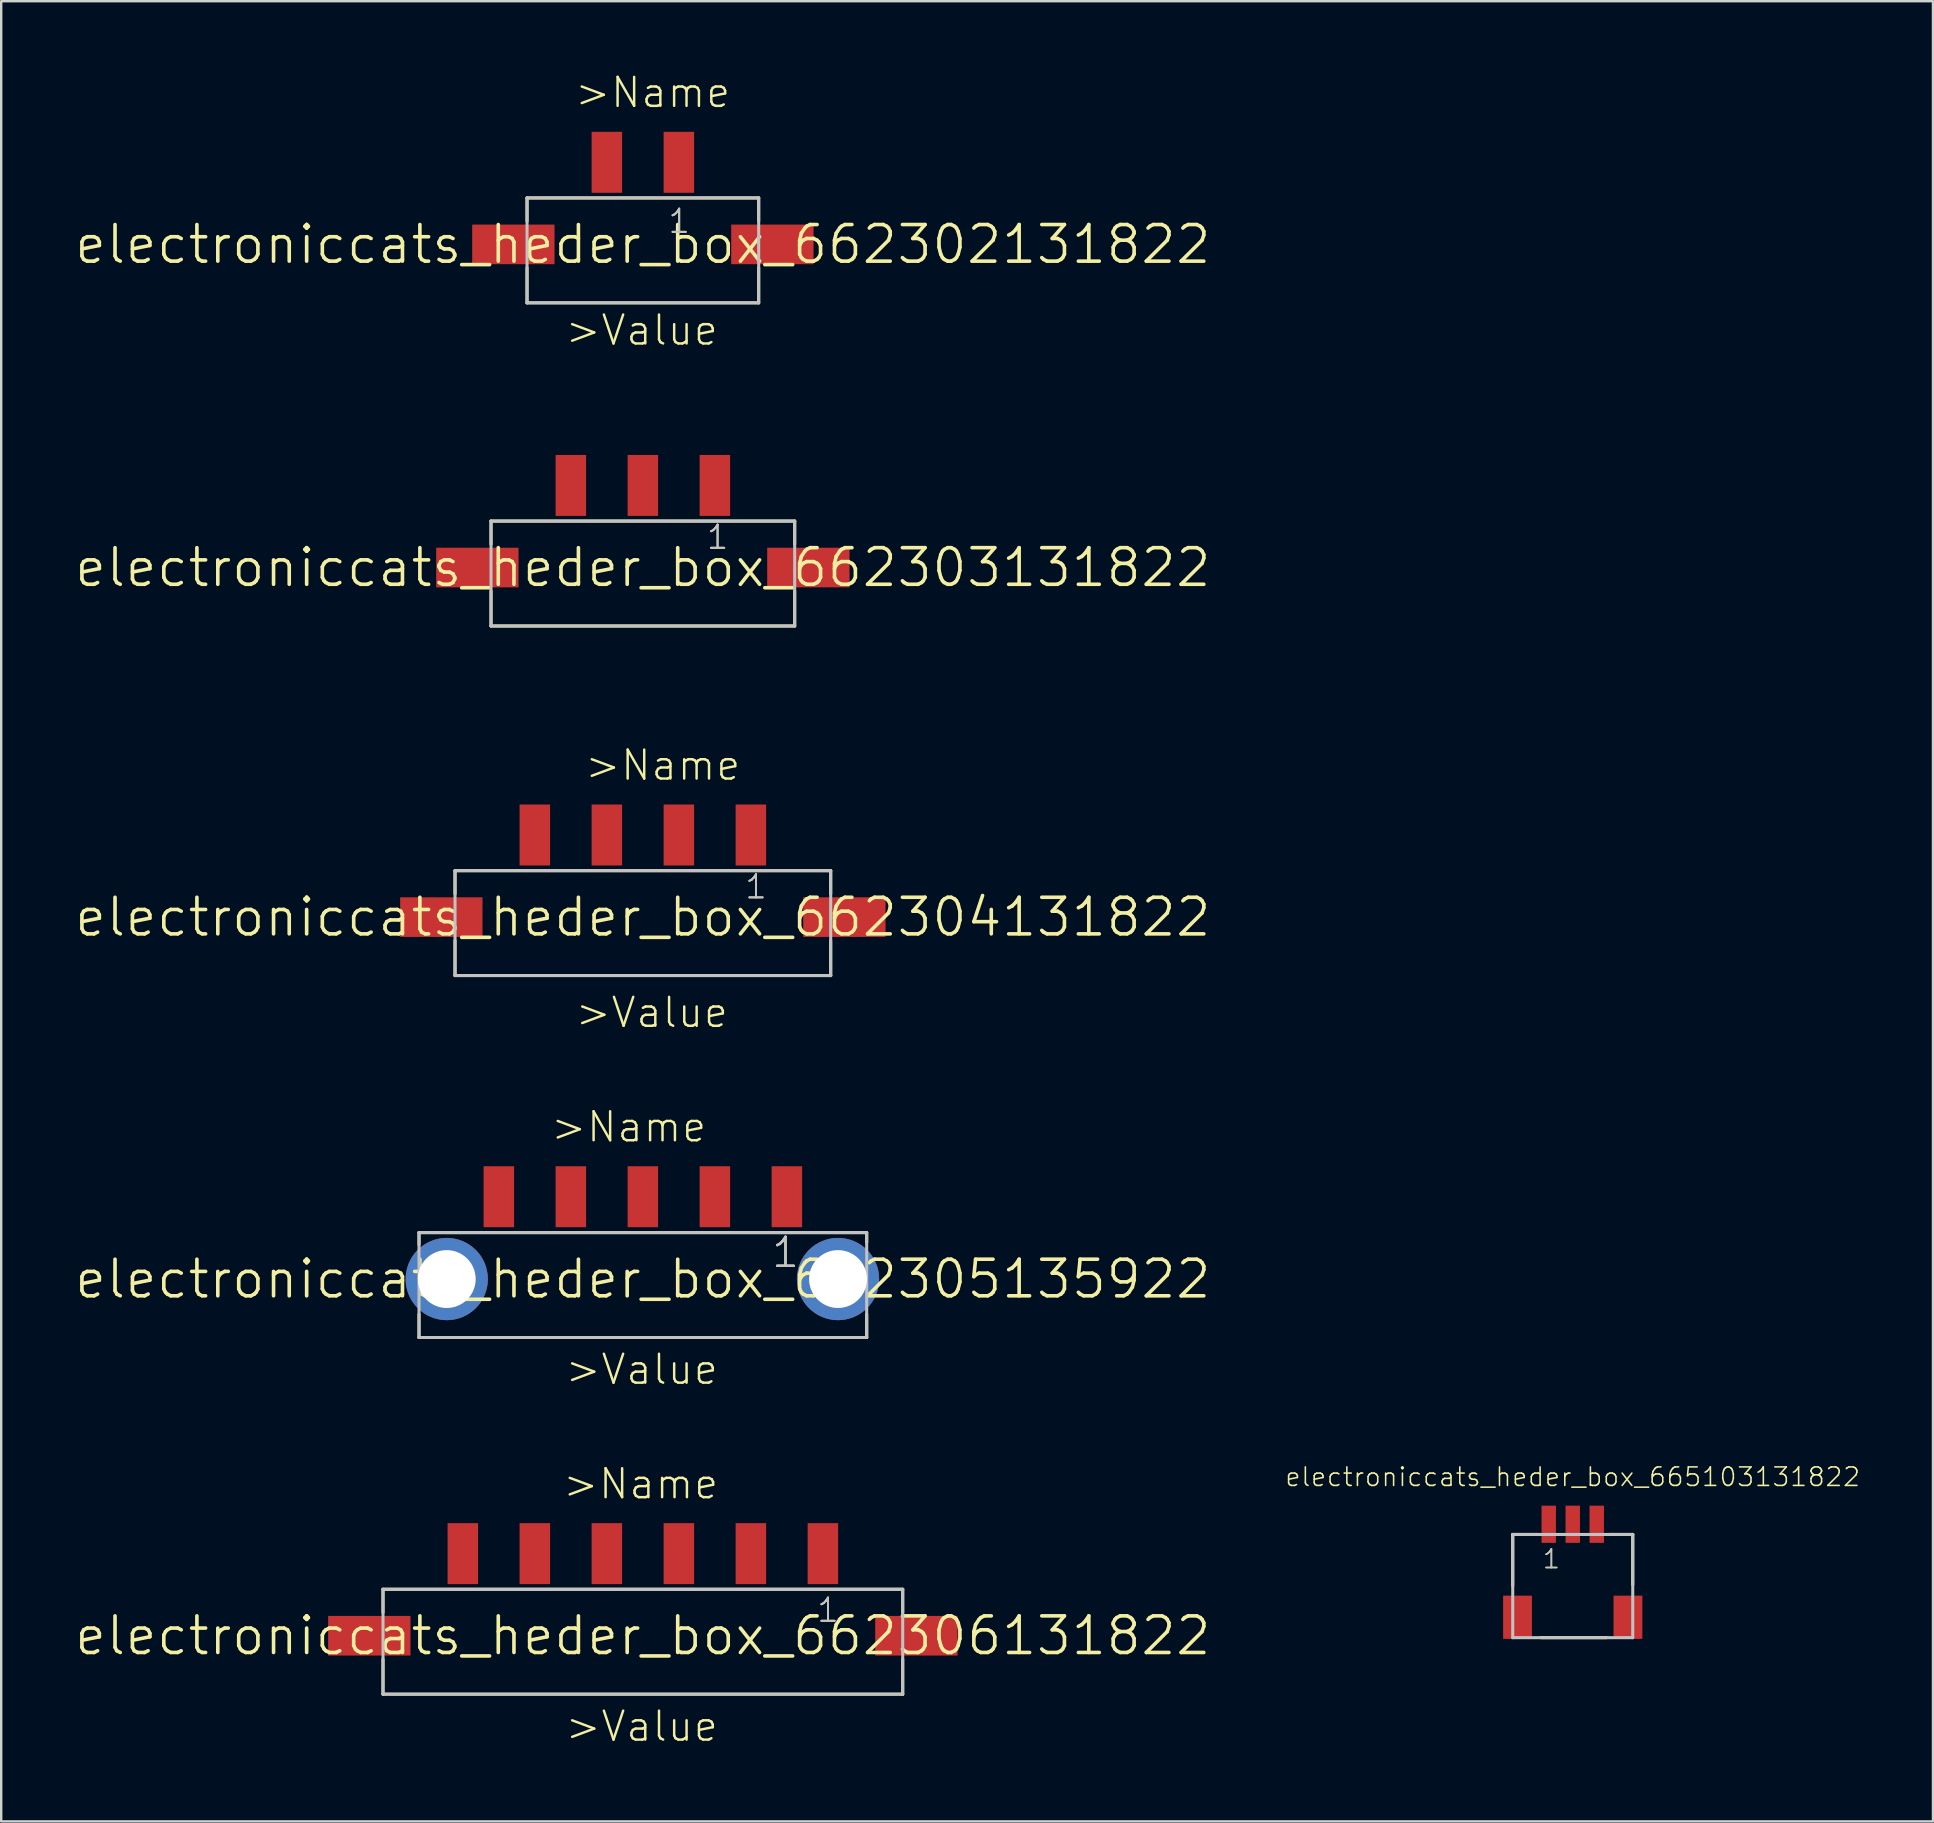
<source format=kicad_pcb>
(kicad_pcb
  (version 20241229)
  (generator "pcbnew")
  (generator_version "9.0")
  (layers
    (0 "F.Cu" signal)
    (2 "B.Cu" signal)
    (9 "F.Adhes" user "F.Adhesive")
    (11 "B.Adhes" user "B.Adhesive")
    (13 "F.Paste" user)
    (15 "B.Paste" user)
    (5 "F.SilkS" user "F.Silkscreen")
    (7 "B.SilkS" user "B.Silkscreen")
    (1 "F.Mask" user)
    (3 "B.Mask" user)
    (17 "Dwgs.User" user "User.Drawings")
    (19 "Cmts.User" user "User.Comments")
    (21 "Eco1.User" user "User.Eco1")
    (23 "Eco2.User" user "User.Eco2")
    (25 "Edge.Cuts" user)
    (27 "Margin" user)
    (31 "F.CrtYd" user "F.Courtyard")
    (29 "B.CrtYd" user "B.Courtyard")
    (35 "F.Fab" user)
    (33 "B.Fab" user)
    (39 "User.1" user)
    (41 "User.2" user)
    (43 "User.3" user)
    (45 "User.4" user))
  (footprint "electroniccats_heder_box_662303131822"
    (layer "F.Cu")
    (at 23.731 20.593)
    (property "Reference" "electroniccats_heder_box_662303131822" (at 0 0 0) (layer "F.SilkS") (effects (font (size 1.524 1.524) (thickness 0.15))))
    (attr through_hole)
    (fp_line (start -6.325 -1.935) (end 6.325 -1.935) (stroke (width 0.127) (type solid)) (layer "F.SilkS"))
    (fp_line (start -6.325 -0.97) (end -6.325 -1.935) (stroke (width 0.127) (type solid)) (layer "F.SilkS"))
    (fp_line (start -6.325 0.98) (end -6.325 2.435) (stroke (width 0.127) (type solid)) (layer "F.SilkS"))
    (fp_line (start -6.325 2.435) (end 6.325 2.435) (stroke (width 0.127) (type solid)) (layer "F.SilkS"))
    (fp_line (start 6.325 -1.935) (end 6.325 -0.97) (stroke (width 0.127) (type solid)) (layer "F.SilkS"))
    (fp_line (start 6.325 2.435) (end 6.325 0.98) (stroke (width 0.127) (type solid)) (layer "F.SilkS"))
    (fp_line (start -6.325 -1.935) (end -6.325 2.435) (stroke (width 0.127) (type solid)) (layer "Dwgs.User"))
    (fp_line (start -6.325 -1.935) (end 6.325 -1.935) (stroke (width 0.127) (type solid)) (layer "Dwgs.User"))
    (fp_line (start -6.325 2.435) (end 6.325 2.435) (stroke (width 0.127) (type solid)) (layer "Dwgs.User"))
    (fp_line (start 6.325 2.435) (end 6.325 -1.935) (stroke (width 0.127) (type solid)) (layer "Dwgs.User"))
    (fp_text user "1" (at 2.6 -0.7 0) (layer "F.SilkS") (effects (font (size 0.965 0.965) (thickness 0.081)) (justify left bottom)))
    (fp_text user "" (at -4.4 -5.62 0) (layer "F.SilkS") (effects (font (size 1.206 1.206) (thickness 0.102)) (justify left bottom)))
    (fp_text user "" (at -4.8 4.38 0) (layer "F.SilkS") (effects (font (size 1.206 1.206) (thickness 0.102)) (justify left bottom)))
    (fp_text user "1" (at 2.6 -0.7 0) (layer "Dwgs.User") (effects (font (size 0.965 0.965) (thickness 0.081)) (justify left bottom)))
    (pad "1" smd rect (at 3 -3.42 90) (size 2.54 1.27) (layers "F.Cu" "F.Mask" "F.Paste"))
    (pad "2" smd rect (at 0 -3.42 90) (size 2.54 1.27) (layers "F.Cu" "F.Mask" "F.Paste"))
    (pad "3" smd rect (at -3 -3.42 90) (size 2.54 1.27) (layers "F.Cu" "F.Mask" "F.Paste"))
    (pad "Z1" smd rect (at -6.895 0) (size 3.43 1.65) (layers "F.Cu" "F.Mask" "F.Paste"))
    (pad "Z2" smd rect (at 6.895 0) (size 3.43 1.65) (layers "F.Cu" "F.Mask" "F.Paste")))
  (footprint "electroniccats_heder_box_662306131822"
    (layer "F.Cu")
    (at 23.731 65.093)
    (property "Reference" "electroniccats_heder_box_662306131822" (at 0 0 0) (layer "F.SilkS") (effects (font (size 1.524 1.524) (thickness 0.15))))
    (attr through_hole)
    (fp_line (start -10.825 -1.935) (end 10.825 -1.935) (stroke (width 0.127) (type solid)) (layer "F.SilkS"))
    (fp_line (start -10.825 -0.97) (end -10.825 -1.935) (stroke (width 0.127) (type solid)) (layer "F.SilkS"))
    (fp_line (start -10.825 0.98) (end -10.825 2.435) (stroke (width 0.127) (type solid)) (layer "F.SilkS"))
    (fp_line (start -10.825 2.435) (end 10.825 2.435) (stroke (width 0.127) (type solid)) (layer "F.SilkS"))
    (fp_line (start 10.825 -1.935) (end 10.825 -0.97) (stroke (width 0.127) (type solid)) (layer "F.SilkS"))
    (fp_line (start 10.825 2.435) (end 10.825 0.98) (stroke (width 0.127) (type solid)) (layer "F.SilkS"))
    (fp_line (start -10.825 -1.935) (end -10.825 2.435) (stroke (width 0.127) (type solid)) (layer "Dwgs.User"))
    (fp_line (start -10.825 -1.935) (end 10.825 -1.935) (stroke (width 0.127) (type solid)) (layer "Dwgs.User"))
    (fp_line (start -10.825 2.435) (end 10.825 2.435) (stroke (width 0.127) (type solid)) (layer "Dwgs.User"))
    (fp_line (start 10.825 2.435) (end 10.825 -1.935) (stroke (width 0.127) (type solid)) (layer "Dwgs.User"))
    (fp_text user ">Name" (at -3.4 -5.62 0) (layer "F.SilkS") (effects (font (size 1.206 1.206) (thickness 0.102)) (justify left bottom)))
    (fp_text user ">Value" (at -3.3 4.48 0) (layer "F.SilkS") (effects (font (size 1.206 1.206) (thickness 0.102)) (justify left bottom)))
    (fp_text user "1" (at 7.2 -0.5 0) (layer "F.SilkS") (effects (font (size 0.965 0.965) (thickness 0.081)) (justify left bottom)))
    (fp_text user "1" (at 7.2 -0.5 0) (layer "Dwgs.User") (effects (font (size 0.965 0.965) (thickness 0.081)) (justify left bottom)))
    (pad "1" smd rect (at 7.5 -3.42 90) (size 2.54 1.27) (layers "F.Cu" "F.Mask" "F.Paste"))
    (pad "2" smd rect (at 4.5 -3.42 90) (size 2.54 1.27) (layers "F.Cu" "F.Mask" "F.Paste"))
    (pad "3" smd rect (at 1.5 -3.42 90) (size 2.54 1.27) (layers "F.Cu" "F.Mask" "F.Paste"))
    (pad "4" smd rect (at -1.5 -3.42 90) (size 2.54 1.27) (layers "F.Cu" "F.Mask" "F.Paste"))
    (pad "5" smd rect (at -4.5 -3.42 90) (size 2.54 1.27) (layers "F.Cu" "F.Mask" "F.Paste"))
    (pad "6" smd rect (at -7.5 -3.42 90) (size 2.54 1.27) (layers "F.Cu" "F.Mask" "F.Paste"))
    (pad "Z1" smd rect (at -11.395 0) (size 3.43 1.65) (layers "F.Cu" "F.Mask" "F.Paste"))
    (pad "Z2" smd rect (at 11.395 0) (size 3.43 1.65) (layers "F.Cu" "F.Mask" "F.Paste")))
  (footprint "electroniccats_heder_box_665103131822"
    (layer "F.Cu")
    (at 62.469 60.449)
    (property "Reference" "electroniccats_heder_box_665103131822" (at 0 -1.52 0) (layer "F.SilkS") (effects (font (size 0.772 0.772) (thickness 0.065)) (justify bottom)))
    (attr through_hole)
    (fp_line (start -2.5 0.425) (end -2.5 2.56) (stroke (width 0.127) (type solid)) (layer "F.SilkS"))
    (fp_line (start -1.47 0.425) (end -2.5 0.425) (stroke (width 0.127) (type solid)) (layer "F.SilkS"))
    (fp_line (start -1.32 4.725) (end 1.41 4.725) (stroke (width 0.127) (type solid)) (layer "F.SilkS"))
    (fp_line (start 1.54 0.425) (end 2.5 0.425) (stroke (width 0.127) (type solid)) (layer "F.SilkS"))
    (fp_line (start 2.5 0.425) (end 2.5 2.52) (stroke (width 0.127) (type solid)) (layer "F.SilkS"))
    (fp_line (start -2.5 0.425) (end 2.5 0.425) (stroke (width 0.127) (type solid)) (layer "Dwgs.User"))
    (fp_line (start -2.5 4.725) (end -2.5 0.425) (stroke (width 0.127) (type solid)) (layer "Dwgs.User"))
    (fp_line (start 2.5 0.425) (end 2.5 4.725) (stroke (width 0.127) (type solid)) (layer "Dwgs.User"))
    (fp_line (start 2.5 4.725) (end -2.5 4.725) (stroke (width 0.127) (type solid)) (layer "Dwgs.User"))
    (fp_text user "1" (at -1.3 1.9 0) (layer "F.SilkS") (effects (font (size 0.772 0.772) (thickness 0.065)) (justify left bottom)))
    (fp_text user "1" (at -1.3 1.9 0) (layer "Dwgs.User") (effects (font (size 0.772 0.772) (thickness 0.065)) (justify left bottom)))
    (pad "1" smd rect (at -1 0) (size 0.6 1.55) (layers "F.Cu" "F.Mask" "F.Paste"))
    (pad "2" smd rect (at 0 0) (size 0.6 1.55) (layers "F.Cu" "F.Mask" "F.Paste"))
    (pad "3" smd rect (at 1 0) (size 0.6 1.55) (layers "F.Cu" "F.Mask" "F.Paste"))
    (pad "Z1" smd rect (at -2.3 3.875) (size 1.2 1.8) (layers "F.Cu" "F.Mask" "F.Paste"))
    (pad "Z2" smd rect (at 2.3 3.875) (size 1.2 1.8) (layers "F.Cu" "F.Mask" "F.Paste")))
  (footprint "electroniccats_heder_box_662302131822"
    (layer "F.Cu")
    (at 23.731 7.131)
    (property "Reference" "electroniccats_heder_box_662302131822" (at 0 0 0) (layer "F.SilkS") (effects (font (size 1.524 1.524) (thickness 0.15))))
    (attr through_hole)
    (fp_line (start -4.825 -1.935) (end 4.825 -1.935) (stroke (width 0.127) (type solid)) (layer "F.SilkS"))
    (fp_line (start -4.825 -0.97) (end -4.825 -1.935) (stroke (width 0.127) (type solid)) (layer "F.SilkS"))
    (fp_line (start -4.825 0.98) (end -4.825 2.435) (stroke (width 0.127) (type solid)) (layer "F.SilkS"))
    (fp_line (start -4.825 2.435) (end 4.825 2.435) (stroke (width 0.127) (type solid)) (layer "F.SilkS"))
    (fp_line (start 4.825 -1.935) (end 4.825 -0.97) (stroke (width 0.127) (type solid)) (layer "F.SilkS"))
    (fp_line (start 4.825 2.435) (end 4.825 0.98) (stroke (width 0.127) (type solid)) (layer "F.SilkS"))
    (fp_line (start -4.825 -1.935) (end -4.825 2.435) (stroke (width 0.127) (type solid)) (layer "Dwgs.User"))
    (fp_line (start -4.825 -1.935) (end 4.825 -1.935) (stroke (width 0.127) (type solid)) (layer "Dwgs.User"))
    (fp_line (start -4.825 2.435) (end 4.825 2.435) (stroke (width 0.127) (type solid)) (layer "Dwgs.User"))
    (fp_line (start 4.825 2.435) (end 4.825 -1.935) (stroke (width 0.127) (type solid)) (layer "Dwgs.User"))
    (fp_text user ">Name" (at -2.9 -5.62 0) (layer "F.SilkS") (effects (font (size 1.206 1.206) (thickness 0.102)) (justify left bottom)))
    (fp_text user "1" (at 1 -0.4 0) (layer "F.SilkS") (effects (font (size 0.965 0.965) (thickness 0.081)) (justify left bottom)))
    (fp_text user ">Value" (at -3.3 4.28 0) (layer "F.SilkS") (effects (font (size 1.206 1.206) (thickness 0.102)) (justify left bottom)))
    (fp_text user "1" (at 1 -0.4 0) (layer "Dwgs.User") (effects (font (size 0.965 0.965) (thickness 0.081)) (justify left bottom)))
    (pad "1" smd rect (at 1.5 -3.42 90) (size 2.54 1.27) (layers "F.Cu" "F.Mask" "F.Paste"))
    (pad "2" smd rect (at -1.5 -3.42 90) (size 2.54 1.27) (layers "F.Cu" "F.Mask" "F.Paste"))
    (pad "Z1" smd rect (at -5.395 0) (size 3.43 1.65) (layers "F.Cu" "F.Mask" "F.Paste"))
    (pad "Z2" smd rect (at 5.395 0) (size 3.43 1.65) (layers "F.Cu" "F.Mask" "F.Paste")))
  (footprint "electroniccats_heder_box_662304131822"
    (layer "F.Cu")
    (at 23.731 35.156)
    (property "Reference" "electroniccats_heder_box_662304131822" (at 0 0 0) (layer "F.SilkS") (effects (font (size 1.524 1.524) (thickness 0.15))))
    (attr through_hole)
    (fp_line (start -7.825 -1.935) (end 7.825 -1.935) (stroke (width 0.127) (type solid)) (layer "F.SilkS"))
    (fp_line (start -7.825 -0.97) (end -7.825 -1.935) (stroke (width 0.127) (type solid)) (layer "F.SilkS"))
    (fp_line (start -7.825 0.98) (end -7.825 2.435) (stroke (width 0.127) (type solid)) (layer "F.SilkS"))
    (fp_line (start -7.825 2.435) (end 7.825 2.435) (stroke (width 0.127) (type solid)) (layer "F.SilkS"))
    (fp_line (start 7.825 -1.935) (end 7.825 -0.97) (stroke (width 0.127) (type solid)) (layer "F.SilkS"))
    (fp_line (start 7.825 2.435) (end 7.825 0.98) (stroke (width 0.127) (type solid)) (layer "F.SilkS"))
    (fp_line (start -7.825 -1.935) (end -7.825 2.435) (stroke (width 0.127) (type solid)) (layer "Dwgs.User"))
    (fp_line (start -7.825 -1.935) (end 7.825 -1.935) (stroke (width 0.127) (type solid)) (layer "Dwgs.User"))
    (fp_line (start -7.825 2.435) (end 7.825 2.435) (stroke (width 0.127) (type solid)) (layer "Dwgs.User"))
    (fp_line (start 7.825 2.435) (end 7.825 -1.935) (stroke (width 0.127) (type solid)) (layer "Dwgs.User"))
    (fp_text user ">Name" (at -2.48 -5.62 0) (layer "F.SilkS") (effects (font (size 1.206 1.206) (thickness 0.102)) (justify left bottom)))
    (fp_text user "1" (at 4.2 -0.7 0) (layer "F.SilkS") (effects (font (size 0.965 0.965) (thickness 0.081)) (justify left bottom)))
    (fp_text user ">Value" (at -2.88 4.68 0) (layer "F.SilkS") (effects (font (size 1.206 1.206) (thickness 0.102)) (justify left bottom)))
    (fp_text user "1" (at 4.2 -0.7 0) (layer "Dwgs.User") (effects (font (size 0.965 0.965) (thickness 0.081)) (justify left bottom)))
    (pad "1" smd rect (at 4.5 -3.42 90) (size 2.54 1.27) (layers "F.Cu" "F.Mask" "F.Paste"))
    (pad "2" smd rect (at 1.5 -3.42 90) (size 2.54 1.27) (layers "F.Cu" "F.Mask" "F.Paste"))
    (pad "3" smd rect (at -1.5 -3.42 90) (size 2.54 1.27) (layers "F.Cu" "F.Mask" "F.Paste"))
    (pad "4" smd rect (at -4.5 -3.42 90) (size 2.54 1.27) (layers "F.Cu" "F.Mask" "F.Paste"))
    (pad "Z1" smd rect (at -8.395 0) (size 3.43 1.65) (layers "F.Cu" "F.Mask" "F.Paste"))
    (pad "Z2" smd rect (at 8.395 0) (size 3.43 1.65) (layers "F.Cu" "F.Mask" "F.Paste")))
  (footprint "electroniccats_heder_box_662305135922"
    (layer "F.Cu")
    (at 23.731 50.234)
    (property "Reference" "electroniccats_heder_box_662305135922" (at 0 0 0) (layer "F.SilkS") (effects (font (size 1.524 1.524) (thickness 0.15))))
    (attr through_hole)
    (fp_line (start -9.325 -1.935) (end 9.3 -1.935) (stroke (width 0.127) (type solid)) (layer "F.SilkS"))
    (fp_line (start -9.325 -1.43) (end -9.325 -1.935) (stroke (width 0.127) (type solid)) (layer "F.SilkS"))
    (fp_line (start -9.325 1.47) (end -9.325 2.435) (stroke (width 0.127) (type solid)) (layer "F.SilkS"))
    (fp_line (start -9.325 2.435) (end 9.325 2.435) (stroke (width 0.127) (type solid)) (layer "F.SilkS"))
    (fp_line (start 9.325 -1.935) (end 9.325 -1.53) (stroke (width 0.127) (type solid)) (layer "F.SilkS"))
    (fp_line (start 9.325 2.435) (end 9.325 1.47) (stroke (width 0.127) (type solid)) (layer "F.SilkS"))
    (fp_line (start -9.325 -1.935) (end -9.325 2.435) (stroke (width 0.127) (type solid)) (layer "Dwgs.User"))
    (fp_line (start -9.325 -1.935) (end 9.325 -1.935) (stroke (width 0.127) (type solid)) (layer "Dwgs.User"))
    (fp_line (start -9.325 2.435) (end 9.325 2.435) (stroke (width 0.127) (type solid)) (layer "Dwgs.User"))
    (fp_line (start 9.325 2.435) (end 9.325 -1.935) (stroke (width 0.127) (type solid)) (layer "Dwgs.User"))
    (fp_text user ">Name" (at -3.9 -5.63 0) (layer "F.SilkS") (effects (font (size 1.206 1.206) (thickness 0.102)) (justify left bottom)))
    (fp_text user "1" (at 5.3 -0.4 0) (layer "F.SilkS") (effects (font (size 1.206 1.206) (thickness 0.102)) (justify left bottom)))
    (fp_text user ">Value" (at -3.3 4.47 0) (layer "F.SilkS") (effects (font (size 1.206 1.206) (thickness 0.102)) (justify left bottom)))
    (fp_text user "1" (at 5.3 -0.4 0) (layer "Dwgs.User") (effects (font (size 1.206 1.206) (thickness 0.102)) (justify left bottom)))
    (pad "1" smd rect (at 6 -3.43 90) (size 2.54 1.27) (layers "F.Cu" "F.Mask" "F.Paste"))
    (pad "2" smd rect (at 3 -3.43 90) (size 2.54 1.27) (layers "F.Cu" "F.Mask" "F.Paste"))
    (pad "3" smd rect (at 0 -3.43 90) (size 2.54 1.27) (layers "F.Cu" "F.Mask" "F.Paste"))
    (pad "4" smd rect (at -3 -3.43 90) (size 2.54 1.27) (layers "F.Cu" "F.Mask" "F.Paste"))
    (pad "5" smd rect (at -6 -3.43 90) (size 2.54 1.27) (layers "F.Cu" "F.Mask" "F.Paste"))
    (pad "Z1" thru_hole circle (at -8.17 0) (size 3.426 3.426) (drill 2.41) (layers "*.Cu" "*.Mask"))
    (pad "Z2" thru_hole circle (at 8.13 0) (size 3.426 3.426) (drill 2.41) (layers "*.Cu" "*.Mask")))
  (gr_rect
    (start -3 -3)
    (end 77.476 72.829)
    (stroke (width 0.1) (type default))
    (fill no)
    (layer "Edge.Cuts")))
</source>
